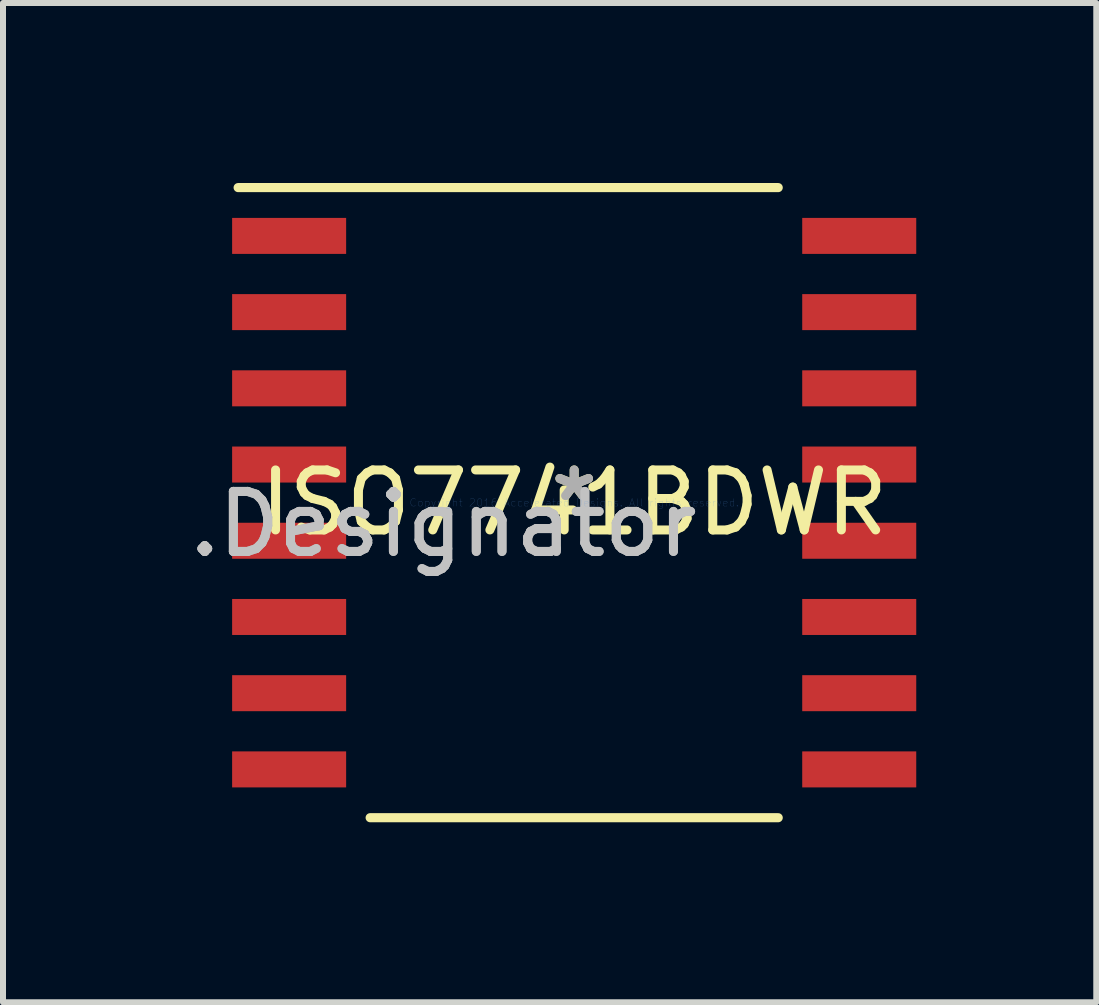
<source format=kicad_pcb>
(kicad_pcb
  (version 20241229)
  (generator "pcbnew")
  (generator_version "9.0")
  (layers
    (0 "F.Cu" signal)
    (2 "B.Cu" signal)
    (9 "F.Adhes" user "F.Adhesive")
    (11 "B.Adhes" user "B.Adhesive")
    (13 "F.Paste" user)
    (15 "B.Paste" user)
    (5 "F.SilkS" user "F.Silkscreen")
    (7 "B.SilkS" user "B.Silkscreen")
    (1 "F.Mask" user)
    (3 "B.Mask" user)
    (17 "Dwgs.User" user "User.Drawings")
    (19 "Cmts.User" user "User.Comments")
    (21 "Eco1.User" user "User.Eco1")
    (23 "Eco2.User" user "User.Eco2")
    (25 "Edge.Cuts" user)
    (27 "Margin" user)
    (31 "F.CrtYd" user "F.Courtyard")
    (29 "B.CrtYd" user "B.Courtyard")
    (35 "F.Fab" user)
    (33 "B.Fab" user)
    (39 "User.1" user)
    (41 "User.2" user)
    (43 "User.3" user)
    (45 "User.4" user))
  (footprint "ISO7741BDWR"
    (layer "F.Cu")
    (at 6.518 5.326)
    (property "Reference" "ISO7741BDWR" (at 0 0 0) (layer "F.SilkS") (effects (font (size 1 1) (thickness 0.15))))
    (attr through_hole)
    (fp_line (start -5.6 -5.25) (end 3.4 -5.25) (stroke (width 0.152) (type solid)) (layer "F.SilkS"))
    (fp_line (start -3.4 5.25) (end 3.4 5.25) (stroke (width 0.152) (type solid)) (layer "F.SilkS"))
    (fp_text user "*" (at 0 0 0) (layer "F.SilkS") (effects (font (size 1 1) (thickness 0.15))))
    (fp_text user ".Designator" (at -2.179 0.358 0) (layer "Dwgs.User") (effects (font (size 1 1) (thickness 0.15))))
    (fp_text user "Copyright 2016 Accelerated Designs. All rights reserved." (at 0 0 0) (layer "Cmts.User") (effects (font (size 0.127 0.127) (thickness 0.002))))
    (fp_text user ".Designator" (at -2.179 0.358 0) (layer "F.Fab") (effects (font (size 1 1) (thickness 0.15))))
    (fp_text user "*" (at 0 0 0) (layer "F.Fab") (effects (font (size 1 1) (thickness 0.15))))
    (pad "1" smd rect (at -4.75 -4.445 90) (size 0.6 1.9) (layers "F.Cu" "F.Mask" "F.Paste"))
    (pad "2" smd rect (at -4.75 -3.175 90) (size 0.6 1.9) (layers "F.Cu" "F.Mask" "F.Paste"))
    (pad "3" smd rect (at -4.75 -1.905 90) (size 0.6 1.9) (layers "F.Cu" "F.Mask" "F.Paste"))
    (pad "4" smd rect (at -4.75 -0.635 90) (size 0.6 1.9) (layers "F.Cu" "F.Mask" "F.Paste"))
    (pad "5" smd rect (at -4.75 0.635 90) (size 0.6 1.9) (layers "F.Cu" "F.Mask" "F.Paste"))
    (pad "6" smd rect (at -4.75 1.905 90) (size 0.6 1.9) (layers "F.Cu" "F.Mask" "F.Paste"))
    (pad "7" smd rect (at -4.75 3.175 90) (size 0.6 1.9) (layers "F.Cu" "F.Mask" "F.Paste"))
    (pad "8" smd rect (at -4.75 4.445 90) (size 0.6 1.9) (layers "F.Cu" "F.Mask" "F.Paste"))
    (pad "9" smd rect (at 4.75 4.445 90) (size 0.6 1.9) (layers "F.Cu" "F.Mask" "F.Paste"))
    (pad "10" smd rect (at 4.75 3.175 90) (size 0.6 1.9) (layers "F.Cu" "F.Mask" "F.Paste"))
    (pad "11" smd rect (at 4.75 1.905 90) (size 0.6 1.9) (layers "F.Cu" "F.Mask" "F.Paste"))
    (pad "12" smd rect (at 4.75 0.635 90) (size 0.6 1.9) (layers "F.Cu" "F.Mask" "F.Paste"))
    (pad "13" smd rect (at 4.75 -0.635 90) (size 0.6 1.9) (layers "F.Cu" "F.Mask" "F.Paste"))
    (pad "14" smd rect (at 4.75 -1.905 90) (size 0.6 1.9) (layers "F.Cu" "F.Mask" "F.Paste"))
    (pad "15" smd rect (at 4.75 -3.175 90) (size 0.6 1.9) (layers "F.Cu" "F.Mask" "F.Paste"))
    (pad "16" smd rect (at 4.75 -4.445 90) (size 0.6 1.9) (layers "F.Cu" "F.Mask" "F.Paste")))
  (gr_rect
    (start -3 -3)
    (end 15.218 13.652)
    (stroke (width 0.1) (type default))
    (fill no)
    (layer "Edge.Cuts")))
</source>
